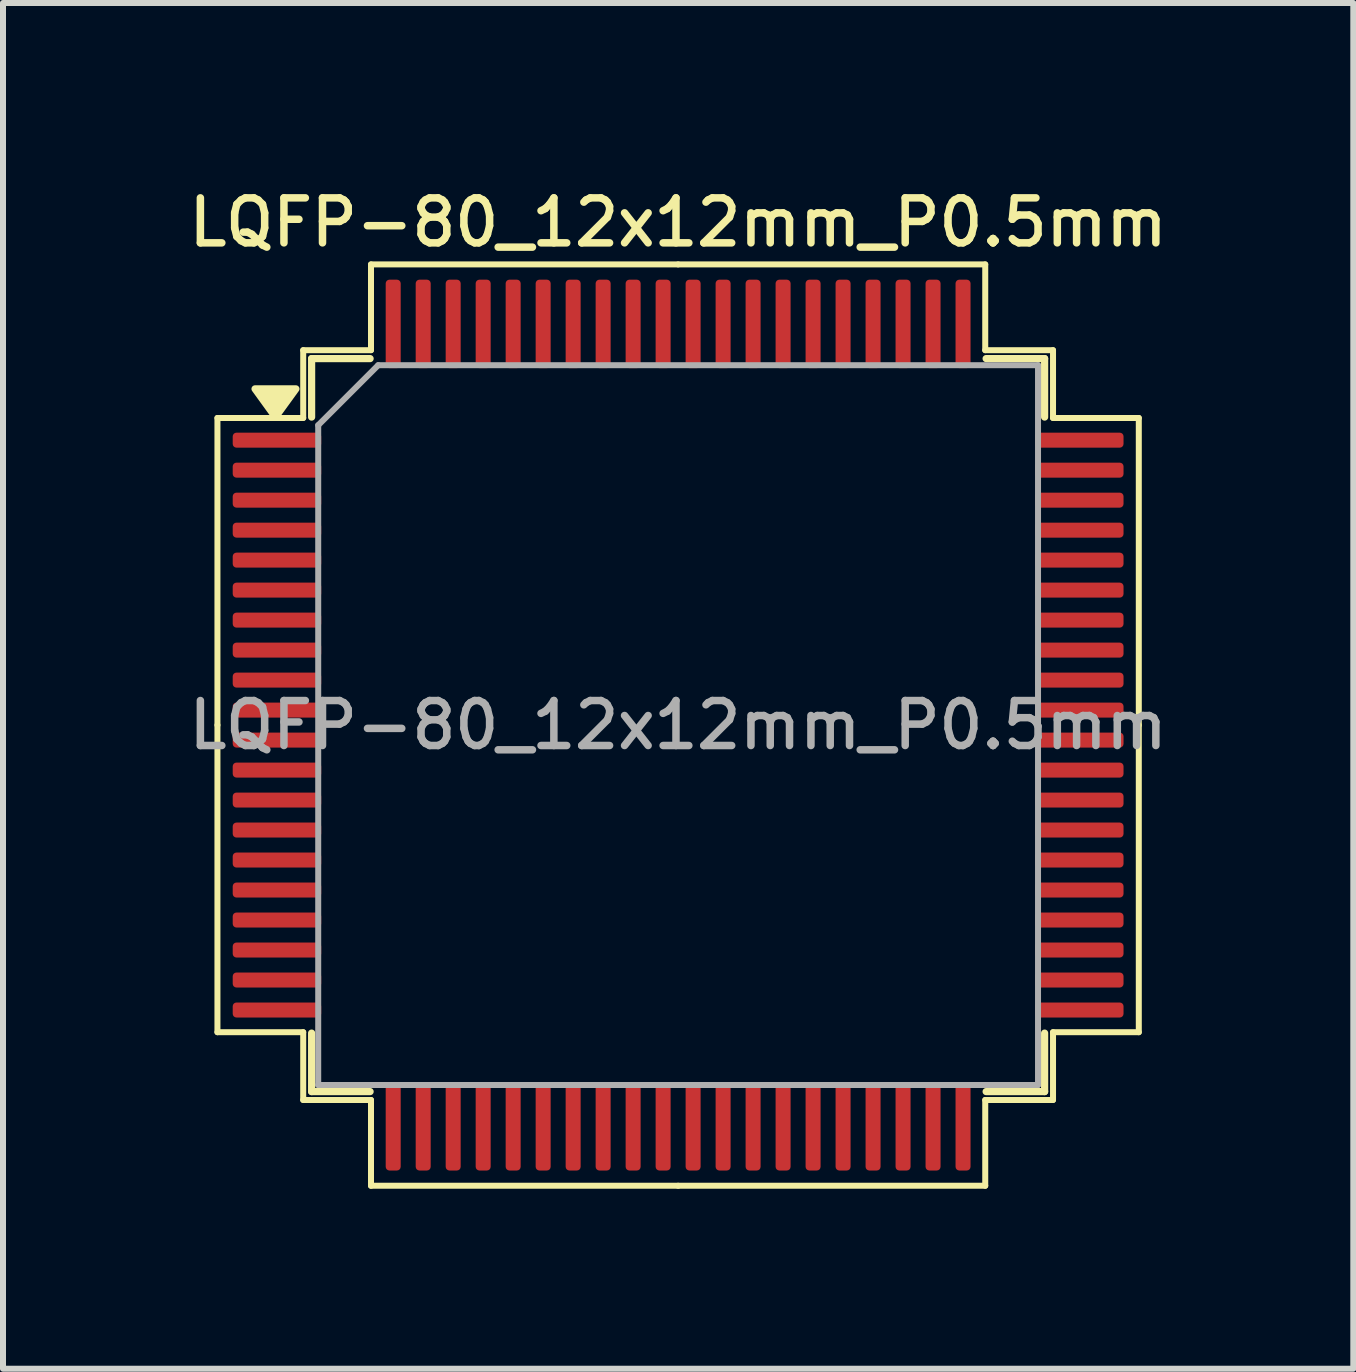
<source format=kicad_pcb>
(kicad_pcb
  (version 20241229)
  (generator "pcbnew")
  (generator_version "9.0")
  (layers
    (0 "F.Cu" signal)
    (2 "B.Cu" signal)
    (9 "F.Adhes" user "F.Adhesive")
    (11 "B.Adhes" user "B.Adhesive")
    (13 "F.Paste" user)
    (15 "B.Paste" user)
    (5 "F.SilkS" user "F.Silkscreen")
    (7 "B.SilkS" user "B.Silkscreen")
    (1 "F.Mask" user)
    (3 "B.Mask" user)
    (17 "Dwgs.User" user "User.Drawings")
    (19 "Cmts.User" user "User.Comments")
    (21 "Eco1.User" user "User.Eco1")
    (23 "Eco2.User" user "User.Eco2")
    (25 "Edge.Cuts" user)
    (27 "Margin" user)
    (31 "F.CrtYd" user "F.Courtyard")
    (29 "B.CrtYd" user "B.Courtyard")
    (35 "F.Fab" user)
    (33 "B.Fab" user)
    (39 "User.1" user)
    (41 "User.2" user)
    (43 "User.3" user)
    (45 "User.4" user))
  (footprint "LQFP-80_12x12mm_P0.5mm"
    (layer "F.Cu")
    (at 8.255 9.038)
    (property "Reference" "LQFP-80_12x12mm_P0.5mm" (at 0 -8.38 0) (layer "F.SilkS") (effects (font (size 0.75 0.75) (thickness 0.125))))
    (attr smd)
    (fp_line (start -7.68 -5.12) (end -7.68 0) (stroke (width 0.1) (type solid)) (layer "F.SilkS"))
    (fp_line (start -7.68 5.12) (end -7.68 0) (stroke (width 0.1) (type solid)) (layer "F.SilkS"))
    (fp_line (start -6.25 -6.25) (end -6.25 -5.12) (stroke (width 0.1) (type solid)) (layer "F.SilkS"))
    (fp_line (start -6.25 -5.12) (end -7.68 -5.12) (stroke (width 0.1) (type solid)) (layer "F.SilkS"))
    (fp_line (start -6.25 5.12) (end -7.68 5.12) (stroke (width 0.1) (type solid)) (layer "F.SilkS"))
    (fp_line (start -6.25 6.25) (end -6.25 5.12) (stroke (width 0.1) (type solid)) (layer "F.SilkS"))
    (fp_line (start -6.11 -6.11) (end -6.11 -5.135) (stroke (width 0.12) (type solid)) (layer "F.SilkS"))
    (fp_line (start -6.11 6.11) (end -6.11 5.135) (stroke (width 0.12) (type solid)) (layer "F.SilkS"))
    (fp_line (start -5.135 -6.11) (end -6.11 -6.11) (stroke (width 0.12) (type solid)) (layer "F.SilkS"))
    (fp_line (start -5.135 6.11) (end -6.11 6.11) (stroke (width 0.12) (type solid)) (layer "F.SilkS"))
    (fp_line (start -5.12 -7.68) (end -5.12 -6.25) (stroke (width 0.1) (type solid)) (layer "F.SilkS"))
    (fp_line (start -5.12 -6.25) (end -6.25 -6.25) (stroke (width 0.1) (type solid)) (layer "F.SilkS"))
    (fp_line (start -5.12 6.25) (end -6.25 6.25) (stroke (width 0.1) (type solid)) (layer "F.SilkS"))
    (fp_line (start -5.12 7.68) (end -5.12 6.25) (stroke (width 0.1) (type solid)) (layer "F.SilkS"))
    (fp_line (start 0 -7.68) (end -5.12 -7.68) (stroke (width 0.1) (type solid)) (layer "F.SilkS"))
    (fp_line (start 0 -7.68) (end 5.12 -7.68) (stroke (width 0.1) (type solid)) (layer "F.SilkS"))
    (fp_line (start 0 7.68) (end -5.12 7.68) (stroke (width 0.1) (type solid)) (layer "F.SilkS"))
    (fp_line (start 0 7.68) (end 5.12 7.68) (stroke (width 0.1) (type solid)) (layer "F.SilkS"))
    (fp_line (start 5.12 -7.68) (end 5.12 -6.25) (stroke (width 0.1) (type solid)) (layer "F.SilkS"))
    (fp_line (start 5.12 -6.25) (end 6.25 -6.25) (stroke (width 0.1) (type solid)) (layer "F.SilkS"))
    (fp_line (start 5.12 6.25) (end 6.25 6.25) (stroke (width 0.1) (type solid)) (layer "F.SilkS"))
    (fp_line (start 5.12 7.68) (end 5.12 6.25) (stroke (width 0.1) (type solid)) (layer "F.SilkS"))
    (fp_line (start 5.135 -6.11) (end 6.11 -6.11) (stroke (width 0.12) (type solid)) (layer "F.SilkS"))
    (fp_line (start 5.135 6.11) (end 6.11 6.11) (stroke (width 0.12) (type solid)) (layer "F.SilkS"))
    (fp_line (start 6.11 -6.11) (end 6.11 -5.135) (stroke (width 0.12) (type solid)) (layer "F.SilkS"))
    (fp_line (start 6.11 6.11) (end 6.11 5.135) (stroke (width 0.12) (type solid)) (layer "F.SilkS"))
    (fp_line (start 6.25 -6.25) (end 6.25 -5.12) (stroke (width 0.1) (type solid)) (layer "F.SilkS"))
    (fp_line (start 6.25 -5.12) (end 7.68 -5.12) (stroke (width 0.1) (type solid)) (layer "F.SilkS"))
    (fp_line (start 6.25 5.12) (end 7.68 5.12) (stroke (width 0.1) (type solid)) (layer "F.SilkS"))
    (fp_line (start 6.25 6.25) (end 6.25 5.12) (stroke (width 0.1) (type solid)) (layer "F.SilkS"))
    (fp_line (start 7.68 -5.12) (end 7.68 0) (stroke (width 0.1) (type solid)) (layer "F.SilkS"))
    (fp_line (start 7.68 5.12) (end 7.68 0) (stroke (width 0.1) (type solid)) (layer "F.SilkS"))
    (fp_poly (pts (xy -6.713 -5.135) (xy -7.053 -5.605) (xy -6.372 -5.605) (xy -6.713 -5.135)) (stroke (width 0.12) (type solid)) (fill yes) (layer "F.SilkS"))
    (fp_line (start -6 -5) (end -5 -6) (stroke (width 0.1) (type solid)) (layer "F.Fab"))
    (fp_line (start -6 6) (end -6 -5) (stroke (width 0.1) (type solid)) (layer "F.Fab"))
    (fp_line (start -5 -6) (end 6 -6) (stroke (width 0.1) (type solid)) (layer "F.Fab"))
    (fp_line (start 6 -6) (end 6 6) (stroke (width 0.1) (type solid)) (layer "F.Fab"))
    (fp_line (start 6 6) (end -6 6) (stroke (width 0.1) (type solid)) (layer "F.Fab"))
    (fp_text user "${REFERENCE}" (at 0 0 0) (layer "F.Fab") (effects (font (size 0.75 0.75) (thickness 0.125))))
    (pad "1" smd roundrect (at -6.688 -4.75) (size 1.475 0.25) (layers "F.Cu" "F.Mask" "F.Paste") (roundrect_rratio 0.25))
    (pad "2" smd roundrect (at -6.688 -4.25) (size 1.475 0.25) (layers "F.Cu" "F.Mask" "F.Paste") (roundrect_rratio 0.25))
    (pad "3" smd roundrect (at -6.688 -3.75) (size 1.475 0.25) (layers "F.Cu" "F.Mask" "F.Paste") (roundrect_rratio 0.25))
    (pad "4" smd roundrect (at -6.688 -3.25) (size 1.475 0.25) (layers "F.Cu" "F.Mask" "F.Paste") (roundrect_rratio 0.25))
    (pad "5" smd roundrect (at -6.688 -2.75) (size 1.475 0.25) (layers "F.Cu" "F.Mask" "F.Paste") (roundrect_rratio 0.25))
    (pad "6" smd roundrect (at -6.688 -2.25) (size 1.475 0.25) (layers "F.Cu" "F.Mask" "F.Paste") (roundrect_rratio 0.25))
    (pad "7" smd roundrect (at -6.688 -1.75) (size 1.475 0.25) (layers "F.Cu" "F.Mask" "F.Paste") (roundrect_rratio 0.25))
    (pad "8" smd roundrect (at -6.688 -1.25) (size 1.475 0.25) (layers "F.Cu" "F.Mask" "F.Paste") (roundrect_rratio 0.25))
    (pad "9" smd roundrect (at -6.688 -0.75) (size 1.475 0.25) (layers "F.Cu" "F.Mask" "F.Paste") (roundrect_rratio 0.25))
    (pad "10" smd roundrect (at -6.688 -0.25) (size 1.475 0.25) (layers "F.Cu" "F.Mask" "F.Paste") (roundrect_rratio 0.25))
    (pad "11" smd roundrect (at -6.688 0.25) (size 1.475 0.25) (layers "F.Cu" "F.Mask" "F.Paste") (roundrect_rratio 0.25))
    (pad "12" smd roundrect (at -6.688 0.75) (size 1.475 0.25) (layers "F.Cu" "F.Mask" "F.Paste") (roundrect_rratio 0.25))
    (pad "13" smd roundrect (at -6.688 1.25) (size 1.475 0.25) (layers "F.Cu" "F.Mask" "F.Paste") (roundrect_rratio 0.25))
    (pad "14" smd roundrect (at -6.688 1.75) (size 1.475 0.25) (layers "F.Cu" "F.Mask" "F.Paste") (roundrect_rratio 0.25))
    (pad "15" smd roundrect (at -6.688 2.25) (size 1.475 0.25) (layers "F.Cu" "F.Mask" "F.Paste") (roundrect_rratio 0.25))
    (pad "16" smd roundrect (at -6.688 2.75) (size 1.475 0.25) (layers "F.Cu" "F.Mask" "F.Paste") (roundrect_rratio 0.25))
    (pad "17" smd roundrect (at -6.688 3.25) (size 1.475 0.25) (layers "F.Cu" "F.Mask" "F.Paste") (roundrect_rratio 0.25))
    (pad "18" smd roundrect (at -6.688 3.75) (size 1.475 0.25) (layers "F.Cu" "F.Mask" "F.Paste") (roundrect_rratio 0.25))
    (pad "19" smd roundrect (at -6.688 4.25) (size 1.475 0.25) (layers "F.Cu" "F.Mask" "F.Paste") (roundrect_rratio 0.25))
    (pad "20" smd roundrect (at -6.688 4.75) (size 1.475 0.25) (layers "F.Cu" "F.Mask" "F.Paste") (roundrect_rratio 0.25))
    (pad "21" smd roundrect (at -4.75 6.688) (size 0.25 1.475) (layers "F.Cu" "F.Mask" "F.Paste") (roundrect_rratio 0.25))
    (pad "22" smd roundrect (at -4.25 6.688) (size 0.25 1.475) (layers "F.Cu" "F.Mask" "F.Paste") (roundrect_rratio 0.25))
    (pad "23" smd roundrect (at -3.75 6.688) (size 0.25 1.475) (layers "F.Cu" "F.Mask" "F.Paste") (roundrect_rratio 0.25))
    (pad "24" smd roundrect (at -3.25 6.688) (size 0.25 1.475) (layers "F.Cu" "F.Mask" "F.Paste") (roundrect_rratio 0.25))
    (pad "25" smd roundrect (at -2.75 6.688) (size 0.25 1.475) (layers "F.Cu" "F.Mask" "F.Paste") (roundrect_rratio 0.25))
    (pad "26" smd roundrect (at -2.25 6.688) (size 0.25 1.475) (layers "F.Cu" "F.Mask" "F.Paste") (roundrect_rratio 0.25))
    (pad "27" smd roundrect (at -1.75 6.688) (size 0.25 1.475) (layers "F.Cu" "F.Mask" "F.Paste") (roundrect_rratio 0.25))
    (pad "28" smd roundrect (at -1.25 6.688) (size 0.25 1.475) (layers "F.Cu" "F.Mask" "F.Paste") (roundrect_rratio 0.25))
    (pad "29" smd roundrect (at -0.75 6.688) (size 0.25 1.475) (layers "F.Cu" "F.Mask" "F.Paste") (roundrect_rratio 0.25))
    (pad "30" smd roundrect (at -0.25 6.688) (size 0.25 1.475) (layers "F.Cu" "F.Mask" "F.Paste") (roundrect_rratio 0.25))
    (pad "31" smd roundrect (at 0.25 6.688) (size 0.25 1.475) (layers "F.Cu" "F.Mask" "F.Paste") (roundrect_rratio 0.25))
    (pad "32" smd roundrect (at 0.75 6.688) (size 0.25 1.475) (layers "F.Cu" "F.Mask" "F.Paste") (roundrect_rratio 0.25))
    (pad "33" smd roundrect (at 1.25 6.688) (size 0.25 1.475) (layers "F.Cu" "F.Mask" "F.Paste") (roundrect_rratio 0.25))
    (pad "34" smd roundrect (at 1.75 6.688) (size 0.25 1.475) (layers "F.Cu" "F.Mask" "F.Paste") (roundrect_rratio 0.25))
    (pad "35" smd roundrect (at 2.25 6.688) (size 0.25 1.475) (layers "F.Cu" "F.Mask" "F.Paste") (roundrect_rratio 0.25))
    (pad "36" smd roundrect (at 2.75 6.688) (size 0.25 1.475) (layers "F.Cu" "F.Mask" "F.Paste") (roundrect_rratio 0.25))
    (pad "37" smd roundrect (at 3.25 6.688) (size 0.25 1.475) (layers "F.Cu" "F.Mask" "F.Paste") (roundrect_rratio 0.25))
    (pad "38" smd roundrect (at 3.75 6.688) (size 0.25 1.475) (layers "F.Cu" "F.Mask" "F.Paste") (roundrect_rratio 0.25))
    (pad "39" smd roundrect (at 4.25 6.688) (size 0.25 1.475) (layers "F.Cu" "F.Mask" "F.Paste") (roundrect_rratio 0.25))
    (pad "40" smd roundrect (at 4.75 6.688) (size 0.25 1.475) (layers "F.Cu" "F.Mask" "F.Paste") (roundrect_rratio 0.25))
    (pad "41" smd roundrect (at 6.688 4.75) (size 1.475 0.25) (layers "F.Cu" "F.Mask" "F.Paste") (roundrect_rratio 0.25))
    (pad "42" smd roundrect (at 6.688 4.25) (size 1.475 0.25) (layers "F.Cu" "F.Mask" "F.Paste") (roundrect_rratio 0.25))
    (pad "43" smd roundrect (at 6.688 3.75) (size 1.475 0.25) (layers "F.Cu" "F.Mask" "F.Paste") (roundrect_rratio 0.25))
    (pad "44" smd roundrect (at 6.688 3.25) (size 1.475 0.25) (layers "F.Cu" "F.Mask" "F.Paste") (roundrect_rratio 0.25))
    (pad "45" smd roundrect (at 6.688 2.75) (size 1.475 0.25) (layers "F.Cu" "F.Mask" "F.Paste") (roundrect_rratio 0.25))
    (pad "46" smd roundrect (at 6.688 2.25) (size 1.475 0.25) (layers "F.Cu" "F.Mask" "F.Paste") (roundrect_rratio 0.25))
    (pad "47" smd roundrect (at 6.688 1.75) (size 1.475 0.25) (layers "F.Cu" "F.Mask" "F.Paste") (roundrect_rratio 0.25))
    (pad "48" smd roundrect (at 6.688 1.25) (size 1.475 0.25) (layers "F.Cu" "F.Mask" "F.Paste") (roundrect_rratio 0.25))
    (pad "49" smd roundrect (at 6.688 0.75) (size 1.475 0.25) (layers "F.Cu" "F.Mask" "F.Paste") (roundrect_rratio 0.25))
    (pad "50" smd roundrect (at 6.688 0.25) (size 1.475 0.25) (layers "F.Cu" "F.Mask" "F.Paste") (roundrect_rratio 0.25))
    (pad "51" smd roundrect (at 6.688 -0.25) (size 1.475 0.25) (layers "F.Cu" "F.Mask" "F.Paste") (roundrect_rratio 0.25))
    (pad "52" smd roundrect (at 6.688 -0.75) (size 1.475 0.25) (layers "F.Cu" "F.Mask" "F.Paste") (roundrect_rratio 0.25))
    (pad "53" smd roundrect (at 6.688 -1.25) (size 1.475 0.25) (layers "F.Cu" "F.Mask" "F.Paste") (roundrect_rratio 0.25))
    (pad "54" smd roundrect (at 6.688 -1.75) (size 1.475 0.25) (layers "F.Cu" "F.Mask" "F.Paste") (roundrect_rratio 0.25))
    (pad "55" smd roundrect (at 6.688 -2.25) (size 1.475 0.25) (layers "F.Cu" "F.Mask" "F.Paste") (roundrect_rratio 0.25))
    (pad "56" smd roundrect (at 6.688 -2.75) (size 1.475 0.25) (layers "F.Cu" "F.Mask" "F.Paste") (roundrect_rratio 0.25))
    (pad "57" smd roundrect (at 6.688 -3.25) (size 1.475 0.25) (layers "F.Cu" "F.Mask" "F.Paste") (roundrect_rratio 0.25))
    (pad "58" smd roundrect (at 6.688 -3.75) (size 1.475 0.25) (layers "F.Cu" "F.Mask" "F.Paste") (roundrect_rratio 0.25))
    (pad "59" smd roundrect (at 6.688 -4.25) (size 1.475 0.25) (layers "F.Cu" "F.Mask" "F.Paste") (roundrect_rratio 0.25))
    (pad "60" smd roundrect (at 6.688 -4.75) (size 1.475 0.25) (layers "F.Cu" "F.Mask" "F.Paste") (roundrect_rratio 0.25))
    (pad "61" smd roundrect (at 4.75 -6.688) (size 0.25 1.475) (layers "F.Cu" "F.Mask" "F.Paste") (roundrect_rratio 0.25))
    (pad "62" smd roundrect (at 4.25 -6.688) (size 0.25 1.475) (layers "F.Cu" "F.Mask" "F.Paste") (roundrect_rratio 0.25))
    (pad "63" smd roundrect (at 3.75 -6.688) (size 0.25 1.475) (layers "F.Cu" "F.Mask" "F.Paste") (roundrect_rratio 0.25))
    (pad "64" smd roundrect (at 3.25 -6.688) (size 0.25 1.475) (layers "F.Cu" "F.Mask" "F.Paste") (roundrect_rratio 0.25))
    (pad "65" smd roundrect (at 2.75 -6.688) (size 0.25 1.475) (layers "F.Cu" "F.Mask" "F.Paste") (roundrect_rratio 0.25))
    (pad "66" smd roundrect (at 2.25 -6.688) (size 0.25 1.475) (layers "F.Cu" "F.Mask" "F.Paste") (roundrect_rratio 0.25))
    (pad "67" smd roundrect (at 1.75 -6.688) (size 0.25 1.475) (layers "F.Cu" "F.Mask" "F.Paste") (roundrect_rratio 0.25))
    (pad "68" smd roundrect (at 1.25 -6.688) (size 0.25 1.475) (layers "F.Cu" "F.Mask" "F.Paste") (roundrect_rratio 0.25))
    (pad "69" smd roundrect (at 0.75 -6.688) (size 0.25 1.475) (layers "F.Cu" "F.Mask" "F.Paste") (roundrect_rratio 0.25))
    (pad "70" smd roundrect (at 0.25 -6.688) (size 0.25 1.475) (layers "F.Cu" "F.Mask" "F.Paste") (roundrect_rratio 0.25))
    (pad "71" smd roundrect (at -0.25 -6.688) (size 0.25 1.475) (layers "F.Cu" "F.Mask" "F.Paste") (roundrect_rratio 0.25))
    (pad "72" smd roundrect (at -0.75 -6.688) (size 0.25 1.475) (layers "F.Cu" "F.Mask" "F.Paste") (roundrect_rratio 0.25))
    (pad "73" smd roundrect (at -1.25 -6.688) (size 0.25 1.475) (layers "F.Cu" "F.Mask" "F.Paste") (roundrect_rratio 0.25))
    (pad "74" smd roundrect (at -1.75 -6.688) (size 0.25 1.475) (layers "F.Cu" "F.Mask" "F.Paste") (roundrect_rratio 0.25))
    (pad "75" smd roundrect (at -2.25 -6.688) (size 0.25 1.475) (layers "F.Cu" "F.Mask" "F.Paste") (roundrect_rratio 0.25))
    (pad "76" smd roundrect (at -2.75 -6.688) (size 0.25 1.475) (layers "F.Cu" "F.Mask" "F.Paste") (roundrect_rratio 0.25))
    (pad "77" smd roundrect (at -3.25 -6.688) (size 0.25 1.475) (layers "F.Cu" "F.Mask" "F.Paste") (roundrect_rratio 0.25))
    (pad "78" smd roundrect (at -3.75 -6.688) (size 0.25 1.475) (layers "F.Cu" "F.Mask" "F.Paste") (roundrect_rratio 0.25))
    (pad "79" smd roundrect (at -4.25 -6.688) (size 0.25 1.475) (layers "F.Cu" "F.Mask" "F.Paste") (roundrect_rratio 0.25))
    (pad "80" smd roundrect (at -4.75 -6.688) (size 0.25 1.475) (layers "F.Cu" "F.Mask" "F.Paste") (roundrect_rratio 0.25)))
  (gr_rect
    (start -3 -3)
    (end 19.511 19.768)
    (stroke (width 0.1) (type default))
    (fill no)
    (layer "Edge.Cuts")))
</source>
